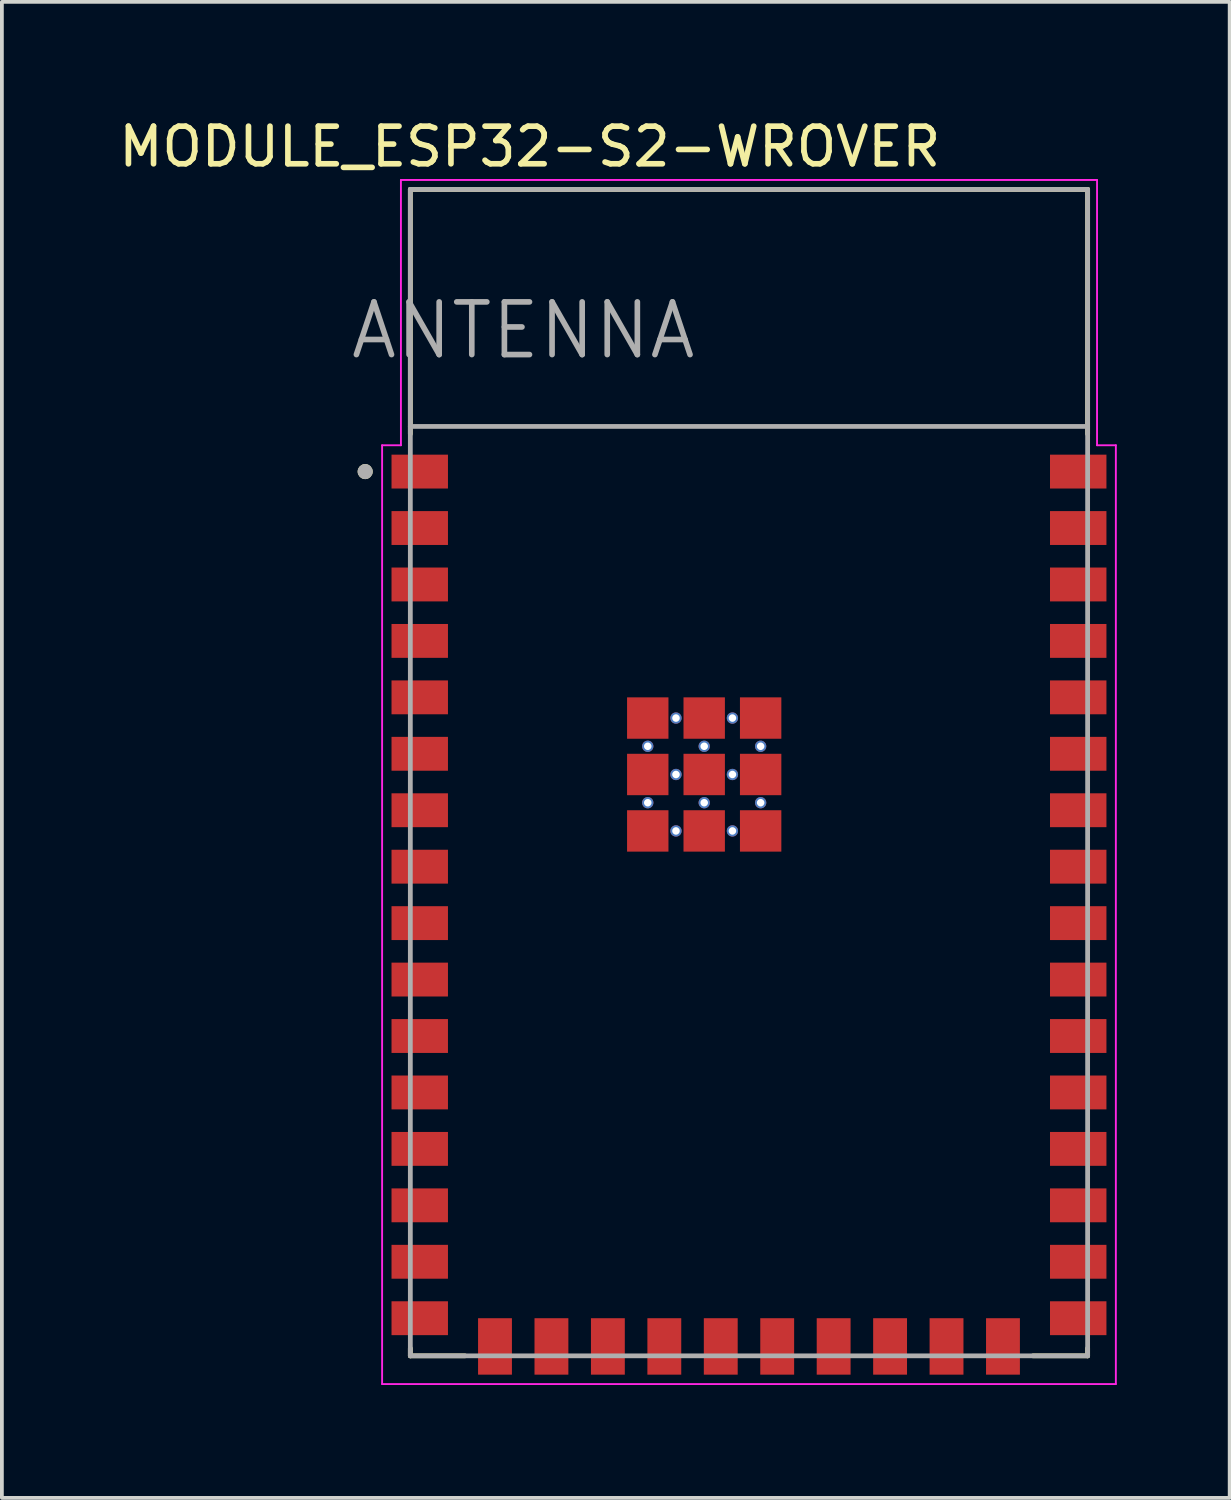
<source format=kicad_pcb>
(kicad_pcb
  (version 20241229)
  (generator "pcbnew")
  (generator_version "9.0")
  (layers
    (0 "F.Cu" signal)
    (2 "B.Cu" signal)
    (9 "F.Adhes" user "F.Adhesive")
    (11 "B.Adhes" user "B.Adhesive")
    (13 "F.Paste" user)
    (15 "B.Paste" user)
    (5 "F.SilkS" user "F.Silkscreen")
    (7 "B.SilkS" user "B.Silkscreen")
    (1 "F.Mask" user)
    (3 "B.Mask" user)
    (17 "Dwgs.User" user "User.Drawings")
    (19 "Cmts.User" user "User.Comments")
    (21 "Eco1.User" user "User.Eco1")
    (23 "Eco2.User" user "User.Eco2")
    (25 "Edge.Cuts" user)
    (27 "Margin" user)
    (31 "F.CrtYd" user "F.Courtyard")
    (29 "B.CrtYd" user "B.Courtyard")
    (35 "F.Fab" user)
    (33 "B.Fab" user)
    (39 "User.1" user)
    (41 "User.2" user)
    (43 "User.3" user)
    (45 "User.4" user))
  (footprint "MODULE_ESP32-S2-WROVER"
    (layer "F.Cu")
    (at 16.855 17.483)
    (property "Reference" "MODULE_ESP32-S2-WROVER" (at -5.825 -16.635 0) (layer "F.SilkS") (effects (font (size 1 1) (thickness 0.15))))
    (attr smd)
    (fp_line (start -9 -15.5) (end 9 -15.5) (stroke (width 0.127) (type solid)) (layer "F.SilkS"))
    (fp_line (start -9 -9) (end -9 -15.5) (stroke (width 0.127) (type solid)) (layer "F.SilkS"))
    (fp_line (start -9 15.3) (end -9 15.5) (stroke (width 0.127) (type solid)) (layer "F.SilkS"))
    (fp_line (start -9 15.5) (end -7.55 15.5) (stroke (width 0.127) (type solid)) (layer "F.SilkS"))
    (fp_line (start 7.55 15.5) (end 9 15.5) (stroke (width 0.127) (type solid)) (layer "F.SilkS"))
    (fp_line (start 9 -15.5) (end 9 -9) (stroke (width 0.127) (type solid)) (layer "F.SilkS"))
    (fp_line (start 9 15.5) (end 9 15.3) (stroke (width 0.127) (type solid)) (layer "F.SilkS"))
    (fp_circle (center -10.2 -8) (end -10.1 -8) (stroke (width 0.2) (type solid)) (fill no) (layer "F.SilkS"))
    (fp_line (start -9.75 -8.7) (end -9.25 -8.7) (stroke (width 0.05) (type solid)) (layer "F.CrtYd"))
    (fp_line (start -9.75 16.25) (end -9.75 -8.7) (stroke (width 0.05) (type solid)) (layer "F.CrtYd"))
    (fp_line (start -9.25 -15.75) (end 9.25 -15.75) (stroke (width 0.05) (type solid)) (layer "F.CrtYd"))
    (fp_line (start -9.25 -8.7) (end -9.25 -15.75) (stroke (width 0.05) (type solid)) (layer "F.CrtYd"))
    (fp_line (start 9.25 -15.75) (end 9.25 -8.7) (stroke (width 0.05) (type solid)) (layer "F.CrtYd"))
    (fp_line (start 9.25 -8.7) (end 9.75 -8.7) (stroke (width 0.05) (type solid)) (layer "F.CrtYd"))
    (fp_line (start 9.75 -8.7) (end 9.75 16.25) (stroke (width 0.05) (type solid)) (layer "F.CrtYd"))
    (fp_line (start 9.75 16.25) (end -9.75 16.25) (stroke (width 0.05) (type solid)) (layer "F.CrtYd"))
    (fp_line (start -9 -15.5) (end -9 -9.2) (stroke (width 0.127) (type solid)) (layer "F.Fab"))
    (fp_line (start -9 -15.5) (end 9 -15.5) (stroke (width 0.127) (type solid)) (layer "F.Fab"))
    (fp_line (start -9 -9.2) (end 9 -9.2) (stroke (width 0.127) (type solid)) (layer "F.Fab"))
    (fp_line (start -9 15.5) (end -9 -9.2) (stroke (width 0.127) (type solid)) (layer "F.Fab"))
    (fp_line (start 9 -15.5) (end 9 -9.2) (stroke (width 0.127) (type solid)) (layer "F.Fab"))
    (fp_line (start 9 -9.2) (end 9 15.5) (stroke (width 0.127) (type solid)) (layer "F.Fab"))
    (fp_line (start 9 15.5) (end -9 15.5) (stroke (width 0.127) (type solid)) (layer "F.Fab"))
    (fp_circle (center -10.2 -8) (end -10.1 -8) (stroke (width 0.2) (type solid)) (fill no) (layer "F.Fab"))
    (fp_text user "ANTENNA" (at -6 -11.75 0) (layer "F.Fab") (effects (font (size 1.4 1.4) (thickness 0.15))))
    (pad "1" smd rect (at -8.75 -8) (size 1.5 0.9) (layers "F.Cu" "F.Mask" "F.Paste"))
    (pad "2" smd rect (at -8.75 -6.5) (size 1.5 0.9) (layers "F.Cu" "F.Mask" "F.Paste"))
    (pad "3" smd rect (at -8.75 -5) (size 1.5 0.9) (layers "F.Cu" "F.Mask" "F.Paste"))
    (pad "4" smd rect (at -8.75 -3.5) (size 1.5 0.9) (layers "F.Cu" "F.Mask" "F.Paste"))
    (pad "5" smd rect (at -8.75 -2) (size 1.5 0.9) (layers "F.Cu" "F.Mask" "F.Paste"))
    (pad "6" smd rect (at -8.75 -0.5) (size 1.5 0.9) (layers "F.Cu" "F.Mask" "F.Paste"))
    (pad "7" smd rect (at -8.75 1) (size 1.5 0.9) (layers "F.Cu" "F.Mask" "F.Paste"))
    (pad "8" smd rect (at -8.75 2.5) (size 1.5 0.9) (layers "F.Cu" "F.Mask" "F.Paste"))
    (pad "9" smd rect (at -8.75 4) (size 1.5 0.9) (layers "F.Cu" "F.Mask" "F.Paste"))
    (pad "10" smd rect (at -8.75 5.5) (size 1.5 0.9) (layers "F.Cu" "F.Mask" "F.Paste"))
    (pad "11" smd rect (at -8.75 7) (size 1.5 0.9) (layers "F.Cu" "F.Mask" "F.Paste"))
    (pad "12" smd rect (at -8.75 8.5) (size 1.5 0.9) (layers "F.Cu" "F.Mask" "F.Paste"))
    (pad "13" smd rect (at -8.75 10) (size 1.5 0.9) (layers "F.Cu" "F.Mask" "F.Paste"))
    (pad "14" smd rect (at -8.75 11.5) (size 1.5 0.9) (layers "F.Cu" "F.Mask" "F.Paste"))
    (pad "15" smd rect (at -8.75 13) (size 1.5 0.9) (layers "F.Cu" "F.Mask" "F.Paste"))
    (pad "16" smd rect (at -8.75 14.5) (size 1.5 0.9) (layers "F.Cu" "F.Mask" "F.Paste"))
    (pad "17" smd rect (at -6.75 15.25 90) (size 1.5 0.9) (layers "F.Cu" "F.Mask" "F.Paste"))
    (pad "18" smd rect (at -5.25 15.25 90) (size 1.5 0.9) (layers "F.Cu" "F.Mask" "F.Paste"))
    (pad "19" smd rect (at -3.75 15.25 90) (size 1.5 0.9) (layers "F.Cu" "F.Mask" "F.Paste"))
    (pad "20" smd rect (at -2.25 15.25 90) (size 1.5 0.9) (layers "F.Cu" "F.Mask" "F.Paste"))
    (pad "21" smd rect (at -0.75 15.25 90) (size 1.5 0.9) (layers "F.Cu" "F.Mask" "F.Paste"))
    (pad "22" smd rect (at 0.75 15.25 90) (size 1.5 0.9) (layers "F.Cu" "F.Mask" "F.Paste"))
    (pad "23" smd rect (at 2.25 15.25 90) (size 1.5 0.9) (layers "F.Cu" "F.Mask" "F.Paste"))
    (pad "24" smd rect (at 3.75 15.25 90) (size 1.5 0.9) (layers "F.Cu" "F.Mask" "F.Paste"))
    (pad "25" smd rect (at 5.25 15.25 90) (size 1.5 0.9) (layers "F.Cu" "F.Mask" "F.Paste"))
    (pad "26" smd rect (at 6.75 15.25 90) (size 1.5 0.9) (layers "F.Cu" "F.Mask" "F.Paste"))
    (pad "27" smd rect (at 8.75 14.5 180) (size 1.5 0.9) (layers "F.Cu" "F.Mask" "F.Paste"))
    (pad "28" smd rect (at 8.75 13 180) (size 1.5 0.9) (layers "F.Cu" "F.Mask" "F.Paste"))
    (pad "29" smd rect (at 8.75 11.5 180) (size 1.5 0.9) (layers "F.Cu" "F.Mask" "F.Paste"))
    (pad "30" smd rect (at 8.75 10 180) (size 1.5 0.9) (layers "F.Cu" "F.Mask" "F.Paste"))
    (pad "31" smd rect (at 8.75 8.5 180) (size 1.5 0.9) (layers "F.Cu" "F.Mask" "F.Paste"))
    (pad "32" smd rect (at 8.75 7 180) (size 1.5 0.9) (layers "F.Cu" "F.Mask" "F.Paste"))
    (pad "33" smd rect (at 8.75 5.5 180) (size 1.5 0.9) (layers "F.Cu" "F.Mask" "F.Paste"))
    (pad "34" smd rect (at 8.75 4 180) (size 1.5 0.9) (layers "F.Cu" "F.Mask" "F.Paste"))
    (pad "35" smd rect (at 8.75 2.5 180) (size 1.5 0.9) (layers "F.Cu" "F.Mask" "F.Paste"))
    (pad "36" smd rect (at 8.75 1 180) (size 1.5 0.9) (layers "F.Cu" "F.Mask" "F.Paste"))
    (pad "37" smd rect (at 8.75 -0.5 180) (size 1.5 0.9) (layers "F.Cu" "F.Mask" "F.Paste"))
    (pad "38" smd rect (at 8.75 -2 180) (size 1.5 0.9) (layers "F.Cu" "F.Mask" "F.Paste"))
    (pad "39" smd rect (at 8.75 -3.5 180) (size 1.5 0.9) (layers "F.Cu" "F.Mask" "F.Paste"))
    (pad "40" smd rect (at 8.75 -5 180) (size 1.5 0.9) (layers "F.Cu" "F.Mask" "F.Paste"))
    (pad "41" smd rect (at 8.75 -6.5 180) (size 1.5 0.9) (layers "F.Cu" "F.Mask" "F.Paste"))
    (pad "42" smd rect (at 8.75 -8 180) (size 1.5 0.9) (layers "F.Cu" "F.Mask" "F.Paste"))
    (pad "43_1" smd rect (at -2.69 -1.45) (size 1.1 1.1) (layers "F.Cu" "F.Mask" "F.Paste"))
    (pad "43_2" smd rect (at -1.19 -1.45) (size 1.1 1.1) (layers "F.Cu" "F.Mask" "F.Paste"))
    (pad "43_3" smd rect (at 0.31 -1.45) (size 1.1 1.1) (layers "F.Cu" "F.Mask" "F.Paste"))
    (pad "43_4" smd rect (at -2.69 0.05) (size 1.1 1.1) (layers "F.Cu" "F.Mask" "F.Paste"))
    (pad "43_5" smd rect (at -1.19 0.05) (size 1.1 1.1) (layers "F.Cu" "F.Mask" "F.Paste"))
    (pad "43_6" smd rect (at 0.31 0.05) (size 1.1 1.1) (layers "F.Cu" "F.Mask" "F.Paste"))
    (pad "43_7" smd rect (at -2.69 1.55) (size 1.1 1.1) (layers "F.Cu" "F.Mask" "F.Paste"))
    (pad "43_8" smd rect (at -1.19 1.55) (size 1.1 1.1) (layers "F.Cu" "F.Mask" "F.Paste"))
    (pad "43_9" smd rect (at 0.31 1.55) (size 1.1 1.1) (layers "F.Cu" "F.Mask" "F.Paste"))
    (pad "43_10" thru_hole circle (at -1.94 -1.45) (size 0.3 0.3) (drill 0.2) (layers "*.Cu" "*.Mask"))
    (pad "43_11" thru_hole circle (at -0.44 -1.45) (size 0.3 0.3) (drill 0.2) (layers "*.Cu" "*.Mask"))
    (pad "43_12" thru_hole circle (at -2.69 -0.7) (size 0.3 0.3) (drill 0.2) (layers "*.Cu" "*.Mask"))
    (pad "43_13" thru_hole circle (at -1.19 -0.7) (size 0.3 0.3) (drill 0.2) (layers "*.Cu" "*.Mask"))
    (pad "43_14" thru_hole circle (at 0.31 -0.7) (size 0.3 0.3) (drill 0.2) (layers "*.Cu" "*.Mask"))
    (pad "43_15" thru_hole circle (at -1.94 0.05) (size 0.3 0.3) (drill 0.2) (layers "*.Cu" "*.Mask"))
    (pad "43_16" thru_hole circle (at -0.44 0.05) (size 0.3 0.3) (drill 0.2) (layers "*.Cu" "*.Mask"))
    (pad "43_17" thru_hole circle (at -2.69 0.8) (size 0.3 0.3) (drill 0.2) (layers "*.Cu" "*.Mask"))
    (pad "43_18" thru_hole circle (at -1.19 0.8) (size 0.3 0.3) (drill 0.2) (layers "*.Cu" "*.Mask"))
    (pad "43_19" thru_hole circle (at 0.31 0.8) (size 0.3 0.3) (drill 0.2) (layers "*.Cu" "*.Mask"))
    (pad "43_20" thru_hole circle (at -1.94 1.55) (size 0.3 0.3) (drill 0.2) (layers "*.Cu" "*.Mask"))
    (pad "43_21" thru_hole circle (at -0.44 1.55) (size 0.3 0.3) (drill 0.2) (layers "*.Cu" "*.Mask"))
    (zone (net_name "") (layer "F.Cu") (hatch full 0.508) (connect_pads) (min_thickness 0.01) (filled_areas_thickness no) (keepout (tracks not_allowed) (vias not_allowed) (pads not_allowed) (copperpour not_allowed) (footprints allowed)) (placement (enabled no)) (fill) (polygon (pts (xy 9.78 15.483) (xy 13.605 15.483) (xy 13.605 19.583) (xy 17.73 19.583) (xy 17.73 13.483) (xy 11.48 13.483) (xy 11.48 9.033) (xy 7.855 9.033) (xy 7.855 1.983) (xy 25.855 1.983) (xy 25.855 9.033) (xy 24.855 9.033) (xy 24.855 32.433) (xy 25.855 32.433) (xy 25.855 32.983) (xy 24.055 32.983) (xy 24.055 31.983) (xy 9.655 31.983) (xy 9.655 32.983) (xy 7.855 32.983) (xy 7.855 32.433) (xy 8.855 32.433) (xy 8.855 10.533) (xy 9.78 10.533))))
    (zone (net_name "") (layers "F.Cu" "B.Cu") (hatch full 0.508) (connect_pads) (min_thickness 0.01) (filled_areas_thickness no) (keepout (tracks allowed) (vias not_allowed) (pads allowed) (copperpour allowed) (footprints allowed)) (placement (enabled no)) (fill) (polygon (pts (xy 9.78 15.483) (xy 13.605 15.483) (xy 13.605 19.583) (xy 17.73 19.583) (xy 17.73 13.483) (xy 11.48 13.483) (xy 11.48 9.033) (xy 7.855 9.033) (xy 7.855 1.983) (xy 25.855 1.983) (xy 25.855 9.033) (xy 24.855 9.033) (xy 24.855 32.433) (xy 25.855 32.433) (xy 25.855 32.983) (xy 24.055 32.983) (xy 24.055 31.983) (xy 9.655 31.983) (xy 9.655 32.983) (xy 7.855 32.983) (xy 7.855 32.433) (xy 8.855 32.433) (xy 8.855 10.533) (xy 9.78 10.533)))))
  (gr_rect
    (start -3 -3)
    (end 29.63 36.758)
    (stroke (width 0.1) (type default))
    (fill no)
    (layer "Edge.Cuts")))
</source>
